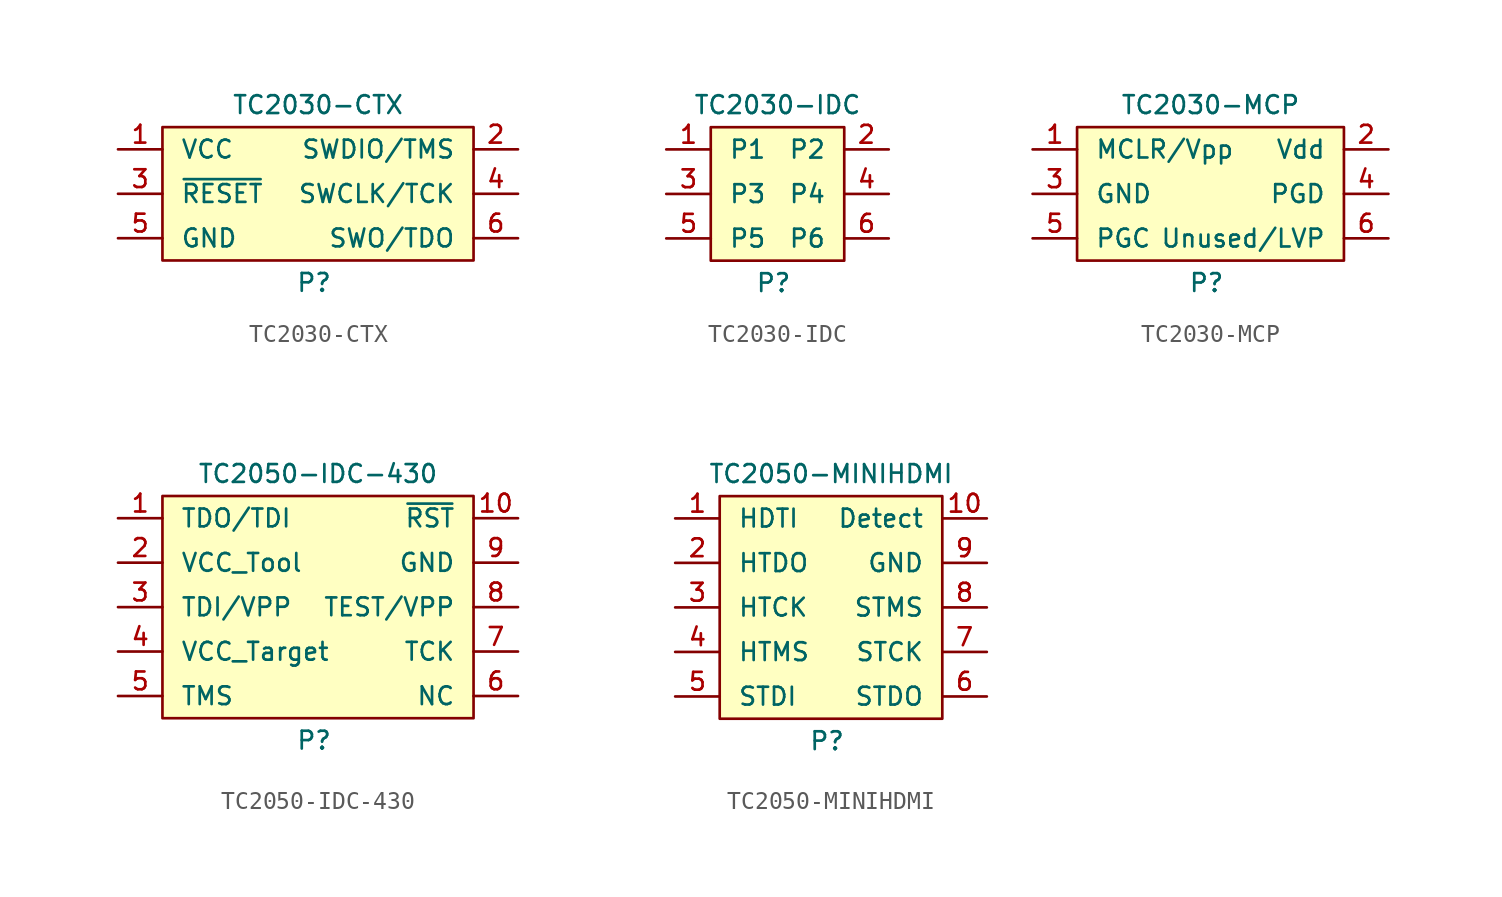
<source format=kicad_sym>
(kicad_symbol_lib
  (version 20241209)
  (generator "kicad_symbol_editor")
  (generator_version "9.0")
  (symbol "TC2030-CTX"
    (pin_names
      (offset 1.016))
    (property "Reference" "P"
      (at -1.27 -5.08 0)
      (effects (font (size 1.016 1.016)) (justify left)))
    (property "Value" "TC2030-CTX"
      (at 0 5.08 0)
      (effects (font (size 1.016 1.016))))
    (symbol "TC2030-CTX_1_1"
      (rectangle (start -8.89 3.81) (end 8.89 -3.81) (stroke (width 0) (type solid)) (fill (type background)))
      (pin passive line (at -11.43 2.54 0) (length 2.54) (name "VCC" (effects (font (size 1.016 1.016)))) (number "1" (effects (font (size 1.016 1.016)))))
      (pin passive line (at -11.43 0 0) (length 2.54) (name "~{RESET}" (effects (font (size 1.016 1.016)))) (number "3" (effects (font (size 1.016 1.016)))))
      (pin passive line (at -11.43 -2.54 0) (length 2.54) (name "GND" (effects (font (size 1.016 1.016)))) (number "5" (effects (font (size 1.016 1.016)))))
      (pin passive line (at 11.43 2.54 180) (length 2.54) (name "SWDIO/TMS" (effects (font (size 1.016 1.016)))) (number "2" (effects (font (size 1.016 1.016)))))
      (pin passive line (at 11.43 0 180) (length 2.54) (name "SWCLK/TCK" (effects (font (size 1.016 1.016)))) (number "4" (effects (font (size 1.016 1.016)))))
      (pin passive line (at 11.43 -2.54 180) (length 2.54) (name "SWO/TDO" (effects (font (size 1.016 1.016)))) (number "6" (effects (font (size 1.016 1.016)))))))
  (symbol "TC2030-IDC"
    (pin_names
      (offset 1.016))
    (property "Reference" "P"
      (at -1.27 -5.08 0)
      (effects (font (size 1.016 1.016)) (justify left)))
    (property "Value" "TC2030-IDC"
      (at 0 5.08 0)
      (effects (font (size 1.016 1.016))))
    (symbol "TC2030-IDC_1_1"
      (rectangle (start -3.81 3.81) (end 3.81 -3.81) (stroke (width 0) (type solid)) (fill (type background)))
      (pin passive line (at -6.35 2.54 0) (length 2.54) (name "P1" (effects (font (size 1.016 1.016)))) (number "1" (effects (font (size 1.016 1.016)))))
      (pin passive line (at -6.35 0 0) (length 2.54) (name "P3" (effects (font (size 1.016 1.016)))) (number "3" (effects (font (size 1.016 1.016)))))
      (pin passive line (at -6.35 -2.54 0) (length 2.54) (name "P5" (effects (font (size 1.016 1.016)))) (number "5" (effects (font (size 1.016 1.016)))))
      (pin passive line (at 6.35 2.54 180) (length 2.54) (name "P2" (effects (font (size 1.016 1.016)))) (number "2" (effects (font (size 1.016 1.016)))))
      (pin passive line (at 6.35 0 180) (length 2.54) (name "P4" (effects (font (size 1.016 1.016)))) (number "4" (effects (font (size 1.016 1.016)))))
      (pin passive line (at 6.35 -2.54 180) (length 2.54) (name "P6" (effects (font (size 1.016 1.016)))) (number "6" (effects (font (size 1.016 1.016)))))))
  (symbol "TC2030-MCP"
    (pin_names
      (offset 1.016))
    (property "Reference" "P"
      (at -1.27 -5.08 0)
      (effects (font (size 1.016 1.016)) (justify left)))
    (property "Value" "TC2030-MCP"
      (at 0 5.08 0)
      (effects (font (size 1.016 1.016))))
    (symbol "TC2030-MCP_1_1"
      (rectangle (start -7.62 3.81) (end 7.62 -3.81) (stroke (width 0) (type solid)) (fill (type background)))
      (pin passive line (at -10.16 2.54 0) (length 2.54) (name "MCLR/Vpp" (effects (font (size 1.016 1.016)))) (number "1" (effects (font (size 1.016 1.016)))))
      (pin passive line (at -10.16 0 0) (length 2.54) (name "GND" (effects (font (size 1.016 1.016)))) (number "3" (effects (font (size 1.016 1.016)))))
      (pin passive line (at -10.16 -2.54 0) (length 2.54) (name "PGC" (effects (font (size 1.016 1.016)))) (number "5" (effects (font (size 1.016 1.016)))))
      (pin passive line (at 10.16 2.54 180) (length 2.54) (name "Vdd" (effects (font (size 1.016 1.016)))) (number "2" (effects (font (size 1.016 1.016)))))
      (pin passive line (at 10.16 0 180) (length 2.54) (name "PGD" (effects (font (size 1.016 1.016)))) (number "4" (effects (font (size 1.016 1.016)))))
      (pin passive line (at 10.16 -2.54 180) (length 2.54) (name "Unused/LVP" (effects (font (size 1.016 1.016)))) (number "6" (effects (font (size 1.016 1.016)))))))
  (symbol "TC2050-IDC-430"
    (pin_names
      (offset 1.016))
    (property "Reference" "P"
      (at -1.27 -7.62 0)
      (effects (font (size 1.016 1.016)) (justify left)))
    (property "Value" "TC2050-IDC-430"
      (at 0 7.62 0)
      (effects (font (size 1.016 1.016))))
    (symbol "TC2050-IDC-430_1_1"
      (rectangle (start -8.89 6.35) (end 8.89 -6.35) (stroke (width 0) (type solid)) (fill (type background)))
      (pin passive line (at -11.43 5.08 0) (length 2.54) (name "TDO/TDI" (effects (font (size 1.016 1.016)))) (number "1" (effects (font (size 1.016 1.016)))))
      (pin passive line (at -11.43 2.54 0) (length 2.54) (name "VCC_Tool" (effects (font (size 1.016 1.016)))) (number "2" (effects (font (size 1.016 1.016)))))
      (pin passive line (at -11.43 0 0) (length 2.54) (name "TDI/VPP" (effects (font (size 1.016 1.016)))) (number "3" (effects (font (size 1.016 1.016)))))
      (pin passive line (at -11.43 -2.54 0) (length 2.54) (name "VCC_Target" (effects (font (size 1.016 1.016)))) (number "4" (effects (font (size 1.016 1.016)))))
      (pin passive line (at -11.43 -5.08 0) (length 2.54) (name "TMS" (effects (font (size 1.016 1.016)))) (number "5" (effects (font (size 1.016 1.016)))))
      (pin passive line (at 11.43 5.08 180) (length 2.54) (name "~{RST}" (effects (font (size 1.016 1.016)))) (number "10" (effects (font (size 1.016 1.016)))))
      (pin passive line (at 11.43 2.54 180) (length 2.54) (name "GND" (effects (font (size 1.016 1.016)))) (number "9" (effects (font (size 1.016 1.016)))))
      (pin passive line (at 11.43 0 180) (length 2.54) (name "TEST/VPP" (effects (font (size 1.016 1.016)))) (number "8" (effects (font (size 1.016 1.016)))))
      (pin passive line (at 11.43 -2.54 180) (length 2.54) (name "TCK" (effects (font (size 1.016 1.016)))) (number "7" (effects (font (size 1.016 1.016)))))
      (pin passive line (at 11.43 -5.08 180) (length 2.54) (name "NC" (effects (font (size 1.016 1.016)))) (number "6" (effects (font (size 1.016 1.016)))))))
  (symbol "TC2050-MINIHDMI"
    (pin_names
      (offset 1.016))
    (property "Reference" "P"
      (at -1.27 -7.62 0)
      (effects (font (size 1.016 1.016)) (justify left)))
    (property "Value" "TC2050-MINIHDMI"
      (at 0 7.62 0)
      (effects (font (size 1.016 1.016))))
    (symbol "TC2050-MINIHDMI_1_1"
      (rectangle (start -6.35 6.35) (end 6.35 -6.35) (stroke (width 0) (type solid)) (fill (type background)))
      (pin passive line (at -8.89 5.08 0) (length 2.54) (name "HDTI" (effects (font (size 1.016 1.016)))) (number "1" (effects (font (size 1.016 1.016)))))
      (pin passive line (at -8.89 2.54 0) (length 2.54) (name "HTDO" (effects (font (size 1.016 1.016)))) (number "2" (effects (font (size 1.016 1.016)))))
      (pin passive line (at -8.89 0 0) (length 2.54) (name "HTCK" (effects (font (size 1.016 1.016)))) (number "3" (effects (font (size 1.016 1.016)))))
      (pin passive line (at -8.89 -2.54 0) (length 2.54) (name "HTMS" (effects (font (size 1.016 1.016)))) (number "4" (effects (font (size 1.016 1.016)))))
      (pin passive line (at -8.89 -5.08 0) (length 2.54) (name "STDI" (effects (font (size 1.016 1.016)))) (number "5" (effects (font (size 1.016 1.016)))))
      (pin passive line (at 8.89 5.08 180) (length 2.54) (name "Detect" (effects (font (size 1.016 1.016)))) (number "10" (effects (font (size 1.016 1.016)))))
      (pin passive line (at 8.89 2.54 180) (length 2.54) (name "GND" (effects (font (size 1.016 1.016)))) (number "9" (effects (font (size 1.016 1.016)))))
      (pin passive line (at 8.89 0 180) (length 2.54) (name "STMS" (effects (font (size 1.016 1.016)))) (number "8" (effects (font (size 1.016 1.016)))))
      (pin passive line (at 8.89 -2.54 180) (length 2.54) (name "STCK" (effects (font (size 1.016 1.016)))) (number "7" (effects (font (size 1.016 1.016)))))
      (pin passive line (at 8.89 -5.08 180) (length 2.54) (name "STDO" (effects (font (size 1.016 1.016)))) (number "6" (effects (font (size 1.016 1.016))))))))
</source>
